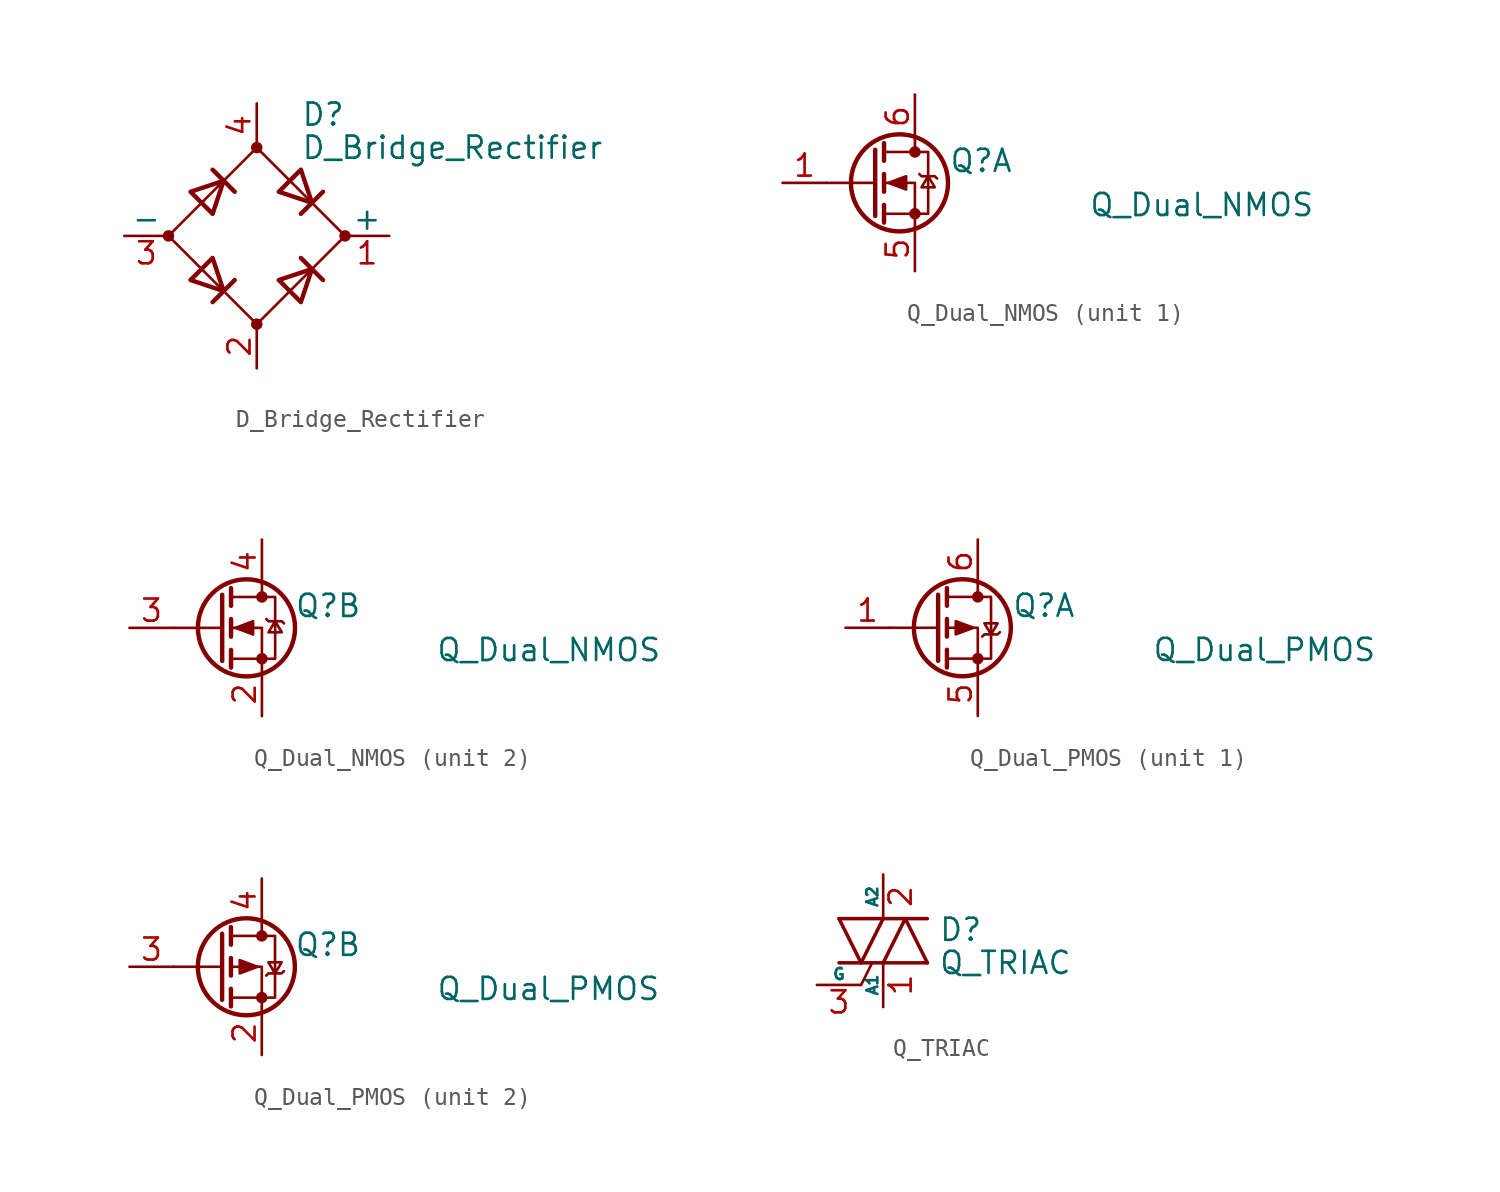
<source format=kicad_sym>
(kicad_symbol_lib
  (version 20211014)
  (generator kicad_symbol_editor)
  (symbol "D_Bridge_Rectifier"
    (pin_names
      (offset 0))
    (property "Reference" "D"
      (at 2.54 6.985 0)
      (effects (font (size 1.27 1.27)) (justify left)))
    (property "Value" "D_Bridge_Rectifier"
      (at 2.54 5.08 0)
      (effects (font (size 1.27 1.27)) (justify left)))
    (symbol "D_Bridge_Rectifier_0_1"
      (circle (center -5.08 0) (radius 0.254) (stroke (width 0) (type default) (color 0 0 0 0)) (fill (type outline)))
      (circle (center 0 -5.08) (radius 0.254) (stroke (width 0) (type default) (color 0 0 0 0)) (fill (type outline)))
      (polyline (pts (xy -2.54 3.81) (xy -1.27 2.54)) (stroke (width 0.254) (type default) (color 0 0 0 0)) (fill (type none)))
      (polyline (pts (xy -1.27 -2.54) (xy -2.54 -3.81)) (stroke (width 0.254) (type default) (color 0 0 0 0)) (fill (type none)))
      (polyline (pts (xy 2.54 -1.27) (xy 3.81 -2.54)) (stroke (width 0.254) (type default) (color 0 0 0 0)) (fill (type none)))
      (polyline (pts (xy 2.54 1.27) (xy 3.81 2.54)) (stroke (width 0.254) (type default) (color 0 0 0 0)) (fill (type none)))
      (polyline (pts (xy -3.81 2.54) (xy -2.54 1.27) (xy -1.905 3.175) (xy -3.81 2.54)) (stroke (width 0.254) (type default) (color 0 0 0 0)) (fill (type none)))
      (polyline (pts (xy -2.54 -1.27) (xy -3.81 -2.54) (xy -1.905 -3.175) (xy -2.54 -1.27)) (stroke (width 0.254) (type default) (color 0 0 0 0)) (fill (type none)))
      (polyline (pts (xy 1.27 2.54) (xy 2.54 3.81) (xy 3.175 1.905) (xy 1.27 2.54)) (stroke (width 0.254) (type default) (color 0 0 0 0)) (fill (type none)))
      (polyline (pts (xy 3.175 -1.905) (xy 1.27 -2.54) (xy 2.54 -3.81) (xy 3.175 -1.905)) (stroke (width 0.254) (type default) (color 0 0 0 0)) (fill (type none)))
      (polyline (pts (xy -5.08 0) (xy 0 -5.08) (xy 5.08 0) (xy 0 5.08) (xy -5.08 0)) (stroke (width 0) (type default) (color 0 0 0 0)) (fill (type none)))
      (circle (center 0 5.08) (radius 0.254) (stroke (width 0) (type default) (color 0 0 0 0)) (fill (type outline)))
      (circle (center 5.08 0) (radius 0.254) (stroke (width 0) (type default) (color 0 0 0 0)) (fill (type outline))))
    (symbol "D_Bridge_Rectifier_1_1"
      (pin passive line (at 7.62 0 180) (length 2.54) (name "+" (effects (font (size 1.27 1.27)))) (number "1" (effects (font (size 1.27 1.27)))))
      (pin passive line (at 0 -7.62 90) (length 2.54) (name "~" (effects (font (size 1.27 1.27)))) (number "2" (effects (font (size 1.27 1.27)))))
      (pin passive line (at -7.62 0 0) (length 2.54) (name "-" (effects (font (size 1.27 1.27)))) (number "3" (effects (font (size 1.27 1.27)))))
      (pin passive line (at 0 7.62 270) (length 2.54) (name "~" (effects (font (size 1.27 1.27)))) (number "4" (effects (font (size 1.27 1.27)))))))
  (symbol "Q_Dual_NMOS"
    (pin_names
      (offset 0) hide)
    (property "Reference" "Q"
      (at 6.35 1.27 0)
      (effects (font (size 1.27 1.27))))
    (property "Value" "Q_Dual_NMOS"
      (at 19.05 -1.27 0)
      (effects (font (size 1.27 1.27))))
    (symbol "Q_Dual_NMOS_0_1"
      (polyline (pts (xy 0.254 0) (xy -2.54 0)) (stroke (width 0) (type default) (color 0 0 0 0)) (fill (type none)))
      (polyline (pts (xy 0.254 1.905) (xy 0.254 -1.905)) (stroke (width 0.254) (type default) (color 0 0 0 0)) (fill (type none)))
      (polyline (pts (xy 0.762 -1.27) (xy 0.762 -2.286)) (stroke (width 0.254) (type default) (color 0 0 0 0)) (fill (type none)))
      (polyline (pts (xy 0.762 0.508) (xy 0.762 -0.508)) (stroke (width 0.254) (type default) (color 0 0 0 0)) (fill (type none)))
      (polyline (pts (xy 0.762 2.286) (xy 0.762 1.27)) (stroke (width 0.254) (type default) (color 0 0 0 0)) (fill (type none)))
      (polyline (pts (xy 2.54 2.54) (xy 2.54 1.778)) (stroke (width 0) (type default) (color 0 0 0 0)) (fill (type none)))
      (polyline (pts (xy 2.54 -2.54) (xy 2.54 0) (xy 0.762 0)) (stroke (width 0) (type default) (color 0 0 0 0)) (fill (type none)))
      (polyline (pts (xy 0.762 -1.778) (xy 3.302 -1.778) (xy 3.302 1.778) (xy 0.762 1.778)) (stroke (width 0) (type default) (color 0 0 0 0)) (fill (type none)))
      (polyline (pts (xy 1.016 0) (xy 2.032 0.381) (xy 2.032 -0.381) (xy 1.016 0)) (stroke (width 0) (type default) (color 0 0 0 0)) (fill (type outline)))
      (polyline (pts (xy 2.794 0.508) (xy 2.921 0.381) (xy 3.683 0.381) (xy 3.81 0.254)) (stroke (width 0) (type default) (color 0 0 0 0)) (fill (type none)))
      (polyline (pts (xy 3.302 0.381) (xy 2.921 -0.254) (xy 3.683 -0.254) (xy 3.302 0.381)) (stroke (width 0) (type default) (color 0 0 0 0)) (fill (type none)))
      (circle (center 1.651 0) (radius 2.794) (stroke (width 0.254) (type default) (color 0 0 0 0)) (fill (type none)))
      (circle (center 2.54 -1.778) (radius 0.254) (stroke (width 0) (type default) (color 0 0 0 0)) (fill (type outline)))
      (circle (center 2.54 1.778) (radius 0.254) (stroke (width 0) (type default) (color 0 0 0 0)) (fill (type outline))))
    (symbol "Q_Dual_NMOS_1_1"
      (pin input line (at -5.08 0 0) (length 2.54) (name "G" (effects (font (size 1.27 1.27)))) (number "1" (effects (font (size 1.27 1.27)))))
      (pin passive line (at 2.54 -5.08 90) (length 2.54) (name "S" (effects (font (size 1.27 1.27)))) (number "5" (effects (font (size 1.27 1.27)))))
      (pin passive line (at 2.54 5.08 270) (length 2.54) (name "D" (effects (font (size 1.27 1.27)))) (number "6" (effects (font (size 1.27 1.27))))))
    (symbol "Q_Dual_NMOS_2_1"
      (pin passive line (at 2.54 -5.08 90) (length 2.54) (name "S" (effects (font (size 1.27 1.27)))) (number "2" (effects (font (size 1.27 1.27)))))
      (pin input line (at -5.08 0 0) (length 2.54) (name "G" (effects (font (size 1.27 1.27)))) (number "3" (effects (font (size 1.27 1.27)))))
      (pin passive line (at 2.54 5.08 270) (length 2.54) (name "D" (effects (font (size 1.27 1.27)))) (number "4" (effects (font (size 1.27 1.27)))))))
  (symbol "Q_Dual_PMOS"
    (pin_names
      (offset 0) hide)
    (property "Reference" "Q"
      (at 6.35 1.27 0)
      (effects (font (size 1.27 1.27))))
    (property "Value" "Q_Dual_PMOS"
      (at 19.05 -1.27 0)
      (effects (font (size 1.27 1.27))))
    (symbol "Q_Dual_PMOS_0_1"
      (polyline (pts (xy 0.254 0) (xy -2.54 0)) (stroke (width 0) (type default) (color 0 0 0 0)) (fill (type none)))
      (polyline (pts (xy 0.254 1.905) (xy 0.254 -1.905)) (stroke (width 0.254) (type default) (color 0 0 0 0)) (fill (type none)))
      (polyline (pts (xy 0.762 -1.27) (xy 0.762 -2.286)) (stroke (width 0.254) (type default) (color 0 0 0 0)) (fill (type none)))
      (polyline (pts (xy 0.762 0.508) (xy 0.762 -0.508)) (stroke (width 0.254) (type default) (color 0 0 0 0)) (fill (type none)))
      (polyline (pts (xy 0.762 2.286) (xy 0.762 1.27)) (stroke (width 0.254) (type default) (color 0 0 0 0)) (fill (type none)))
      (polyline (pts (xy 2.54 2.54) (xy 2.54 1.778)) (stroke (width 0) (type default) (color 0 0 0 0)) (fill (type none)))
      (polyline (pts (xy 2.54 -2.54) (xy 2.54 0) (xy 0.762 0)) (stroke (width 0) (type default) (color 0 0 0 0)) (fill (type none)))
      (polyline (pts (xy 0.762 1.778) (xy 3.302 1.778) (xy 3.302 -1.778) (xy 0.762 -1.778)) (stroke (width 0) (type default) (color 0 0 0 0)) (fill (type none)))
      (polyline (pts (xy 2.286 0) (xy 1.27 0.381) (xy 1.27 -0.381) (xy 2.286 0)) (stroke (width 0) (type default) (color 0 0 0 0)) (fill (type outline)))
      (polyline (pts (xy 2.794 -0.508) (xy 2.921 -0.381) (xy 3.683 -0.381) (xy 3.81 -0.254)) (stroke (width 0) (type default) (color 0 0 0 0)) (fill (type none)))
      (polyline (pts (xy 3.302 -0.381) (xy 2.921 0.254) (xy 3.683 0.254) (xy 3.302 -0.381)) (stroke (width 0) (type default) (color 0 0 0 0)) (fill (type none)))
      (circle (center 1.651 0) (radius 2.794) (stroke (width 0.254) (type default) (color 0 0 0 0)) (fill (type none)))
      (circle (center 2.54 -1.778) (radius 0.254) (stroke (width 0) (type default) (color 0 0 0 0)) (fill (type outline)))
      (circle (center 2.54 1.778) (radius 0.254) (stroke (width 0) (type default) (color 0 0 0 0)) (fill (type outline))))
    (symbol "Q_Dual_PMOS_1_1"
      (pin input line (at -5.08 0 0) (length 2.54) (name "G" (effects (font (size 1.27 1.27)))) (number "1" (effects (font (size 1.27 1.27)))))
      (pin passive line (at 2.54 -5.08 90) (length 2.54) (name "S" (effects (font (size 1.27 1.27)))) (number "5" (effects (font (size 1.27 1.27)))))
      (pin passive line (at 2.54 5.08 270) (length 2.54) (name "D" (effects (font (size 1.27 1.27)))) (number "6" (effects (font (size 1.27 1.27))))))
    (symbol "Q_Dual_PMOS_2_1"
      (pin passive line (at 2.54 -5.08 90) (length 2.54) (name "S" (effects (font (size 1.27 1.27)))) (number "2" (effects (font (size 1.27 1.27)))))
      (pin input line (at -5.08 0 0) (length 2.54) (name "G" (effects (font (size 1.27 1.27)))) (number "3" (effects (font (size 1.27 1.27)))))
      (pin passive line (at 2.54 5.08 270) (length 2.54) (name "D" (effects (font (size 1.27 1.27)))) (number "4" (effects (font (size 1.27 1.27)))))))
  (symbol "Q_TRIAC"
    (pin_names
      (offset 0))
    (property "Reference" "D"
      (at 3.175 0.635 0)
      (effects (font (size 1.27 1.27)) (justify left)))
    (property "Value" "Q_TRIAC"
      (at 3.175 -1.27 0)
      (effects (font (size 1.27 1.27)) (justify left)))
    (symbol "Q_TRIAC_0_1"
      (polyline (pts (xy -2.54 -1.27) (xy 2.54 -1.27)) (stroke (width 0.203) (type default) (color 0 0 0 0)) (fill (type none)))
      (polyline (pts (xy -2.54 1.27) (xy 2.54 1.27)) (stroke (width 0.203) (type default) (color 0 0 0 0)) (fill (type none)))
      (polyline (pts (xy -1.27 -2.54) (xy -0.635 -1.27)) (stroke (width 0) (type default) (color 0 0 0 0)) (fill (type none)))
      (polyline (pts (xy -2.54 1.27) (xy -1.27 -1.27) (xy 0 1.27)) (stroke (width 0.203) (type default) (color 0 0 0 0)) (fill (type none)))
      (polyline (pts (xy 0 -1.27) (xy 1.27 1.27) (xy 2.54 -1.27)) (stroke (width 0.203) (type default) (color 0 0 0 0)) (fill (type none))))
    (symbol "Q_TRIAC_1_1"
      (pin passive line (at 0 -3.81 90) (length 2.54) (name "A1" (effects (font (size 0.635 0.635)))) (number "1" (effects (font (size 1.27 1.27)))))
      (pin passive line (at 0 3.81 270) (length 2.54) (name "A2" (effects (font (size 0.635 0.635)))) (number "2" (effects (font (size 1.27 1.27)))))
      (pin input line (at -3.81 -2.54 0) (length 2.54) (name "G" (effects (font (size 0.635 0.635)))) (number "3" (effects (font (size 1.27 1.27))))))))
</source>
